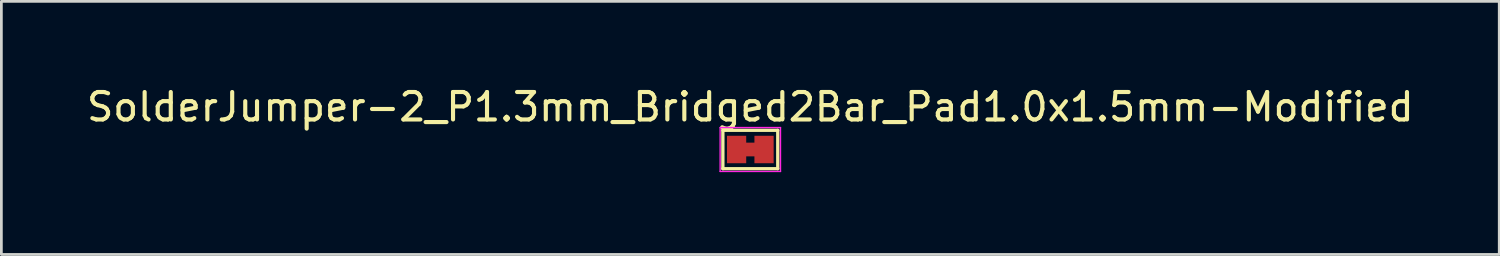
<source format=kicad_pcb>
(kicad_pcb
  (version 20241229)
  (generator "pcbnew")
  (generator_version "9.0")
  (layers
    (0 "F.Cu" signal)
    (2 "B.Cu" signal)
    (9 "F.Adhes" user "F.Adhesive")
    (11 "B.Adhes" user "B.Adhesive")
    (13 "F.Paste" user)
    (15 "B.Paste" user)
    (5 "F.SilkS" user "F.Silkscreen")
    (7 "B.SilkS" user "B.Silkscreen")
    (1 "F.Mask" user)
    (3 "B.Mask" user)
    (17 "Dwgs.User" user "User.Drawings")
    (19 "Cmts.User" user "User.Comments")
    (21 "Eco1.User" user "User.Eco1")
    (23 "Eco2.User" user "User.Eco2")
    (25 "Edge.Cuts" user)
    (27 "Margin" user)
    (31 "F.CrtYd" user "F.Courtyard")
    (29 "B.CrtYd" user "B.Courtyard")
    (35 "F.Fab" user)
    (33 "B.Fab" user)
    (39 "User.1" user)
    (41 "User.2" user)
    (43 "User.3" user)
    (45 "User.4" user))
  (footprint "SolderJumper-2_P1.3mm_Bridged2Bar_Pad1.0x1.5mm-Modified"
    (layer "F.Cu")
    (at 24.292 2.398)
    (property "Reference" "SolderJumper-2_P1.3mm_Bridged2Bar_Pad1.0x1.5mm-Modified" (at 0 -1.55 0) (layer "F.SilkS") (effects (font (size 1 1) (thickness 0.15))))
    (attr exclude_from_pos_files exclude_from_bom)
    (fp_poly (pts (xy -0.25 -0.25) (xy 0.25 -0.25) (xy 0.25 0.25) (xy -0.25 0.25)) (stroke (width 0) (type solid)) (fill yes) (layer "F.Cu"))
    (fp_line (start -1 -0.7) (end 1 -0.7) (stroke (width 0.12) (type solid)) (layer "F.SilkS"))
    (fp_line (start -1 0.7) (end -1 -0.7) (stroke (width 0.12) (type solid)) (layer "F.SilkS"))
    (fp_line (start 1 -0.7) (end 1 0.7) (stroke (width 0.12) (type solid)) (layer "F.SilkS"))
    (fp_line (start 1 0.7) (end -1 0.7) (stroke (width 0.12) (type solid)) (layer "F.SilkS"))
    (fp_line (start -1.1 -0.8) (end -1.1 0.8) (stroke (width 0.05) (type solid)) (layer "F.CrtYd"))
    (fp_line (start -1.1 -0.8) (end 1.1 -0.8) (stroke (width 0.05) (type solid)) (layer "F.CrtYd"))
    (fp_line (start 1.1 0.8) (end -1.1 0.8) (stroke (width 0.05) (type solid)) (layer "F.CrtYd"))
    (fp_line (start 1.1 0.8) (end 1.1 -0.8) (stroke (width 0.05) (type solid)) (layer "F.CrtYd"))
    (pad "1" smd rect (at -0.5 0) (size 0.7 1) (layers "F.Cu" "F.Mask"))
    (pad "2" smd rect (at 0.5 0) (size 0.7 1) (layers "F.Cu" "F.Mask")))
  (gr_rect
    (start -3 -3)
    (end 51.583 6.223)
    (stroke (width 0.1) (type default))
    (fill no)
    (layer "Edge.Cuts")))
</source>
